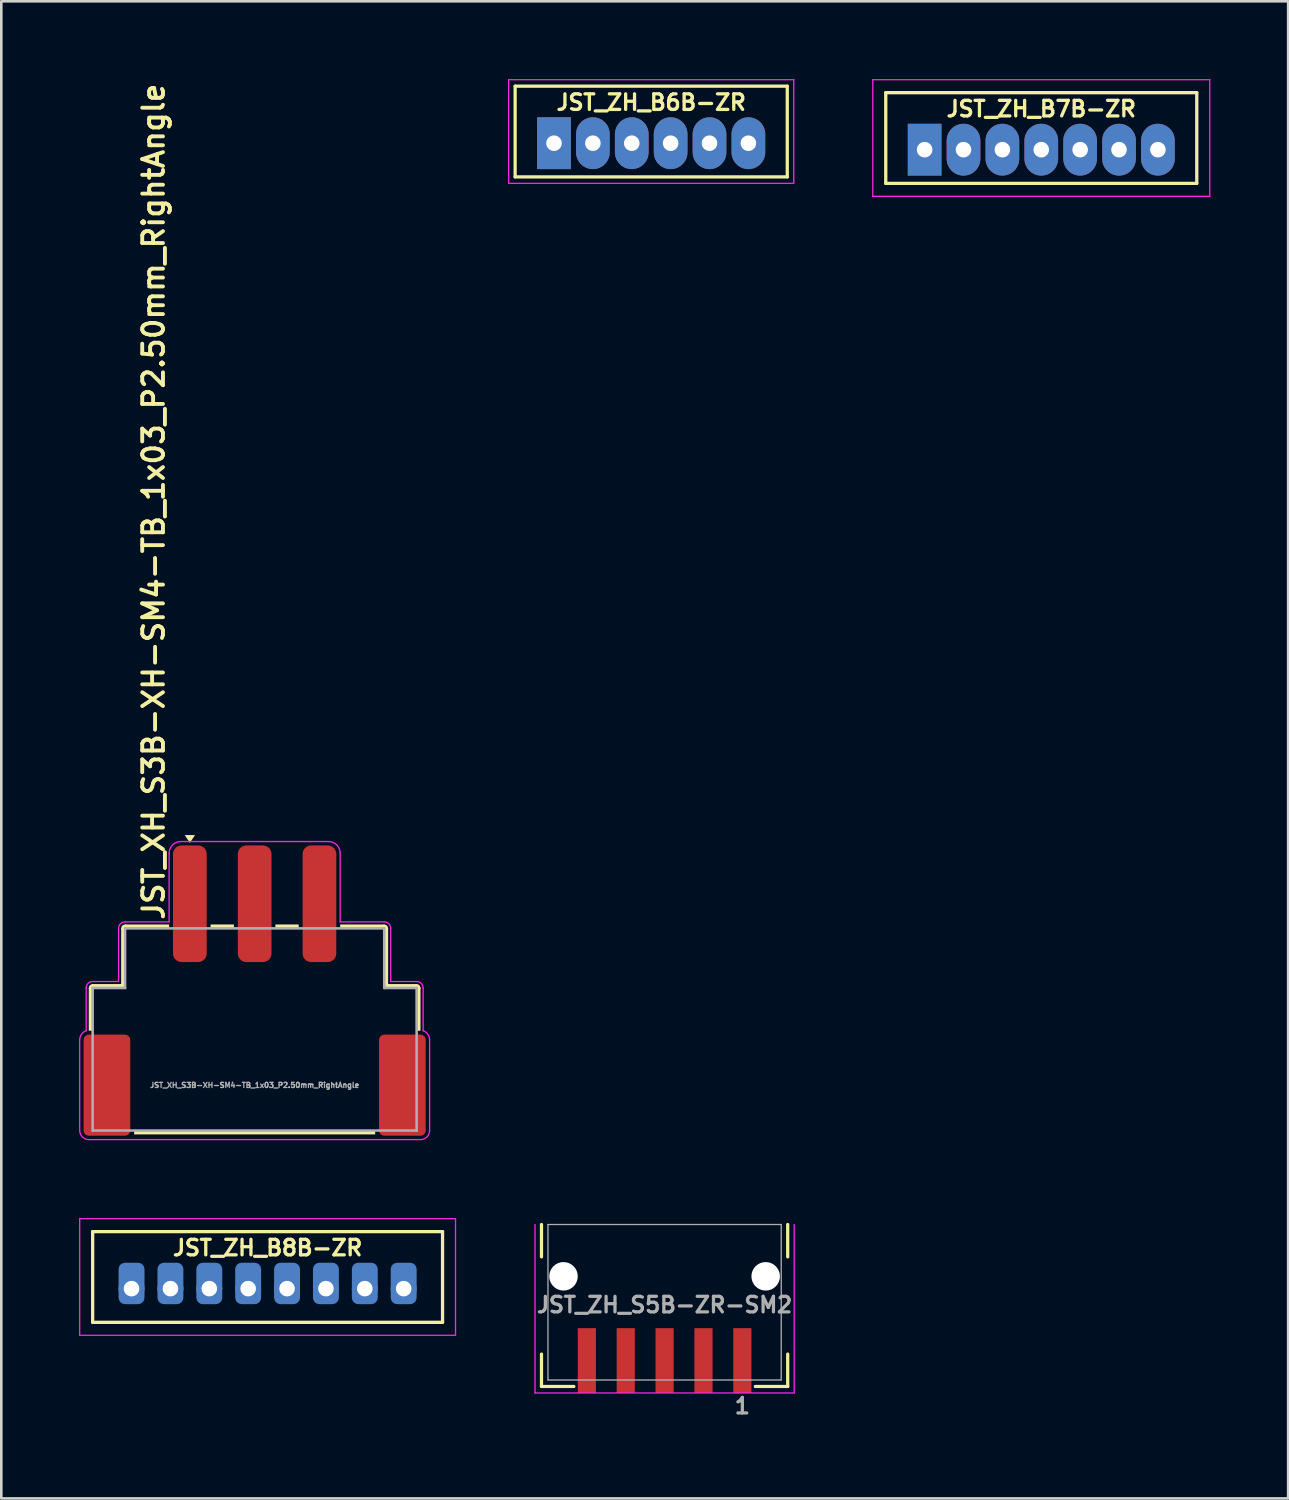
<source format=kicad_pcb>
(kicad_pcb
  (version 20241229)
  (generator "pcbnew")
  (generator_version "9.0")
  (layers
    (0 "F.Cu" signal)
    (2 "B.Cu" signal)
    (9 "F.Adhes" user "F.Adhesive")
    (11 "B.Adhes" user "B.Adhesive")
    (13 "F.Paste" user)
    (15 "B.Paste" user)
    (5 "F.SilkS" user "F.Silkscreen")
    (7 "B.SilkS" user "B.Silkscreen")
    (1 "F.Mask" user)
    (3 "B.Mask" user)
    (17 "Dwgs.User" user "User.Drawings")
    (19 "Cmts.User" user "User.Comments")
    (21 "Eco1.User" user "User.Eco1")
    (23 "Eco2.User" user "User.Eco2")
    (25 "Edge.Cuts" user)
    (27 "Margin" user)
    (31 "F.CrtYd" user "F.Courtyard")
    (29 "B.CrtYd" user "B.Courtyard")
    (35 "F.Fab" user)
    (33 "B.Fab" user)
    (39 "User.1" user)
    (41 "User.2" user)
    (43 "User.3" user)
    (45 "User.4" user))
  (footprint "JST_XH_S3B-XH-SM4-TB_1x03_P2.50mm_RightAngle"
    (layer "F.Cu")
    (at 6.775 40.569)
    (property "Reference" "JST_XH_S3B-XH-SM4-TB_1x03_P2.50mm_RightAngle" (at -3.9 -8.05 90) (layer "F.SilkS") (effects (font (size 0.8 0.8) (thickness 0.15)) (justify left)))
    (attr smd)
    (fp_arc (start -6.325 -5.5) (mid -6.303033 -5.553033) (end -6.25 -5.575) (stroke (width 0.15) (type solid)) (layer "F.SilkS"))
    (fp_arc (start -5.075 -7.8) (mid -5.053033 -7.853033) (end -5 -7.875) (stroke (width 0.15) (type solid)) (layer "F.SilkS"))
    (fp_arc (start -5.075 -5.65) (mid -5.096967 -5.596967) (end -5.15 -5.575) (stroke (width 0.15) (type solid)) (layer "F.SilkS"))
    (fp_arc (start 5 -7.875) (mid 5.053033 -7.853033) (end 5.075 -7.8) (stroke (width 0.15) (type solid)) (layer "F.SilkS"))
    (fp_arc (start 5.15 -5.575) (mid 5.096967 -5.596967) (end 5.075 -5.65) (stroke (width 0.15) (type solid)) (layer "F.SilkS"))
    (fp_arc (start 6.25 -5.575) (mid 6.303033 -5.553033) (end 6.325 -5.5) (stroke (width 0.15) (type solid)) (layer "F.SilkS"))
    (fp_poly (pts (xy -2.5 -11.1) (xy -2.7 -11.4) (xy -2.3 -11.4)) (stroke (width 0) (type solid)) (fill yes) (layer "F.SilkS"))
    (fp_poly (pts (xy -0.8 -7.8) (xy -1.7 -7.8) (xy -1.7 -7.95) (xy -0.8 -7.95)) (stroke (width 0) (type solid)) (fill yes) (layer "F.SilkS"))
    (fp_poly (pts (xy 1.7 -7.8) (xy 0.8 -7.8) (xy 0.8 -7.95) (xy 1.7 -7.95)) (stroke (width 0) (type solid)) (fill yes) (layer "F.SilkS"))
    (fp_poly (pts (xy 4.65 0.15) (xy -4.65 0.15) (xy -4.65 0) (xy 4.65 0)) (stroke (width 0) (type solid)) (fill yes) (layer "F.SilkS"))
    (fp_poly (pts (xy -5.15 -7.8) (xy -5.15 -5.65) (xy -6.25 -5.65) (xy -6.4 -5.5) (xy -6.4 -3.85) (xy -6.25 -3.85) (xy -6.25 -5.5) (xy -5.15 -5.5) (xy -5 -5.65) (xy -5 -7.8) (xy -3.3 -7.8) (xy -3.3 -7.95) (xy -5 -7.95)) (stroke (width 0) (type solid)) (fill yes) (layer "F.SilkS"))
    (fp_poly (pts (xy 5.15 -7.8) (xy 5.15 -5.65) (xy 6.25 -5.65) (xy 6.4 -5.5) (xy 6.4 -3.85) (xy 6.25 -3.85) (xy 6.25 -5.5) (xy 5.15 -5.5) (xy 5 -5.65) (xy 5 -7.8) (xy 3.3 -7.8) (xy 3.3 -7.95) (xy 5 -7.95)) (stroke (width 0) (type solid)) (fill yes) (layer "F.SilkS"))
    (fp_line (start -6.75 0) (end -6.75 -3.5) (stroke (width 0.05) (type solid)) (layer "F.CrtYd"))
    (fp_line (start -6.5 -5.5) (end -6.5 -3.85) (stroke (width 0.05) (type solid)) (layer "F.CrtYd"))
    (fp_line (start -6.4 0.35) (end 6.4 0.35) (stroke (width 0.05) (type solid)) (layer "F.CrtYd"))
    (fp_line (start -6.25 -5.75) (end -5.25 -5.75) (stroke (width 0.05) (type solid)) (layer "F.CrtYd"))
    (fp_line (start -5.25 -5.75) (end -5.25 -7.8) (stroke (width 0.05) (type solid)) (layer "F.CrtYd"))
    (fp_line (start -5 -8.05) (end -3.3 -8.05) (stroke (width 0.05) (type solid)) (layer "F.CrtYd"))
    (fp_line (start -3.3 -8.05) (end -3.3 -10.7) (stroke (width 0.05) (type solid)) (layer "F.CrtYd"))
    (fp_line (start -2.85 -11.15) (end 2.85 -11.15) (stroke (width 0.05) (type solid)) (layer "F.CrtYd"))
    (fp_line (start 3.3 -8.05) (end 3.3 -10.7) (stroke (width 0.05) (type solid)) (layer "F.CrtYd"))
    (fp_line (start 5 -8.05) (end 3.3 -8.05) (stroke (width 0.05) (type solid)) (layer "F.CrtYd"))
    (fp_line (start 5.25 -5.75) (end 5.25 -7.8) (stroke (width 0.05) (type solid)) (layer "F.CrtYd"))
    (fp_line (start 6.25 -5.75) (end 5.25 -5.75) (stroke (width 0.05) (type solid)) (layer "F.CrtYd"))
    (fp_line (start 6.5 -5.5) (end 6.5 -3.85) (stroke (width 0.05) (type solid)) (layer "F.CrtYd"))
    (fp_line (start 6.75 0) (end 6.75 -3.5) (stroke (width 0.05) (type solid)) (layer "F.CrtYd"))
    (fp_arc (start -6.75 -3.5) (mid -6.681081 -3.715058) (end -6.5 -3.85) (stroke (width 0.05) (type solid)) (layer "F.CrtYd"))
    (fp_arc (start -6.5 -5.5) (mid -6.426777 -5.676777) (end -6.25 -5.75) (stroke (width 0.05) (type solid)) (layer "F.CrtYd"))
    (fp_arc (start -6.4 0.35) (mid -6.647487 0.247487) (end -6.75 0) (stroke (width 0.05) (type solid)) (layer "F.CrtYd"))
    (fp_arc (start -5.25 -7.8) (mid -5.176777 -7.976777) (end -5 -8.05) (stroke (width 0.05) (type solid)) (layer "F.CrtYd"))
    (fp_arc (start -3.3 -10.7) (mid -3.168198 -11.018198) (end -2.85 -11.15) (stroke (width 0.05) (type solid)) (layer "F.CrtYd"))
    (fp_arc (start 2.85 -11.15) (mid 3.168198 -11.018198) (end 3.3 -10.7) (stroke (width 0.05) (type solid)) (layer "F.CrtYd"))
    (fp_arc (start 5 -8.05) (mid 5.176777 -7.976777) (end 5.25 -7.8) (stroke (width 0.05) (type solid)) (layer "F.CrtYd"))
    (fp_arc (start 6.25 -5.75) (mid 6.426777 -5.676777) (end 6.5 -5.5) (stroke (width 0.05) (type solid)) (layer "F.CrtYd"))
    (fp_arc (start 6.5 -3.85) (mid 6.681081 -3.715058) (end 6.75 -3.5) (stroke (width 0.05) (type solid)) (layer "F.CrtYd"))
    (fp_arc (start 6.75 0) (mid 6.647487 0.247487) (end 6.4 0.35) (stroke (width 0.05) (type solid)) (layer "F.CrtYd"))
    (fp_line (start -6.25 -5.5) (end -6.25 0) (stroke (width 0.1) (type solid)) (layer "F.Fab"))
    (fp_line (start -6.25 0) (end 6.25 0) (stroke (width 0.1) (type solid)) (layer "F.Fab"))
    (fp_line (start -5 -7.8) (end -5 -5.5) (stroke (width 0.1) (type solid)) (layer "F.Fab"))
    (fp_line (start -5 -5.5) (end -6.25 -5.5) (stroke (width 0.1) (type solid)) (layer "F.Fab"))
    (fp_line (start 5 -7.8) (end -5 -7.8) (stroke (width 0.1) (type solid)) (layer "F.Fab"))
    (fp_line (start 5 -5.5) (end 5 -7.8) (stroke (width 0.1) (type solid)) (layer "F.Fab"))
    (fp_line (start 6.25 -5.5) (end 5 -5.5) (stroke (width 0.1) (type solid)) (layer "F.Fab"))
    (fp_line (start 6.25 0) (end 6.25 -5.5) (stroke (width 0.1) (type solid)) (layer "F.Fab"))
    (fp_text user "${REFERENCE}" (at 0 -1.75 0) (layer "F.Fab") (effects (font (size 0.2 0.2) (thickness 0.05))))
    (pad "1" smd roundrect (at -2.5 -8.75) (size 1.3 4.5) (layers "F.Cu" "F.Mask" "F.Paste") (roundrect_rratio 0.25))
    (pad "2" smd roundrect (at 0 -8.75) (size 1.3 4.5) (layers "F.Cu" "F.Mask" "F.Paste") (roundrect_rratio 0.25))
    (pad "3" smd roundrect (at 2.5 -8.75) (size 1.3 4.5) (layers "F.Cu" "F.Mask" "F.Paste") (roundrect_rratio 0.25))
    (pad "MP" smd roundrect (at -5.7 -1.75) (size 1.8 3.9) (layers "F.Cu" "F.Mask" "F.Paste") (roundrect_rratio 0.111))
    (pad "MP" smd roundrect (at 5.7 -1.75) (size 1.8 3.9) (layers "F.Cu" "F.Mask" "F.Paste") (roundrect_rratio 0.111)))
  (footprint "JST_ZH_B7B-ZR"
    (layer "F.Cu")
    (at 37.125 2.275)
    (property "Reference" "JST_ZH_B7B-ZR" (at 0 -1.125 0) (layer "F.SilkS") (effects (font (size 0.6 0.6) (thickness 0.127))))
    (attr through_hole)
    (fp_line (start -6 -1.75) (end -6 1.75) (stroke (width 0.127) (type solid)) (layer "F.SilkS"))
    (fp_line (start -6 -1.75) (end 6 -1.75) (stroke (width 0.127) (type solid)) (layer "F.SilkS"))
    (fp_line (start -6 1.75) (end 6 1.75) (stroke (width 0.127) (type solid)) (layer "F.SilkS"))
    (fp_line (start 6 1.75) (end 6 -1.75) (stroke (width 0.127) (type solid)) (layer "F.SilkS"))
    (fp_line (start -6.5 -2.25) (end 6.5 -2.25) (stroke (width 0.05) (type solid)) (layer "F.CrtYd"))
    (fp_line (start -6.5 2.25) (end -6.5 -2.25) (stroke (width 0.05) (type solid)) (layer "F.CrtYd"))
    (fp_line (start 6.5 -2.25) (end 6.5 2.25) (stroke (width 0.05) (type solid)) (layer "F.CrtYd"))
    (fp_line (start 6.5 2.25) (end -6.5 2.25) (stroke (width 0.05) (type solid)) (layer "F.CrtYd"))
    (pad "1" thru_hole rect (at -4.5 0.45) (size 1.3 2) (drill 0.6) (layers "*.Cu" "*.Mask"))
    (pad "2" thru_hole oval (at -3 0.45) (size 1.3 2) (drill 0.6) (layers "*.Cu" "*.Mask"))
    (pad "3" thru_hole oval (at -1.5 0.45) (size 1.3 2) (drill 0.6) (layers "*.Cu" "*.Mask"))
    (pad "4" thru_hole oval (at 0 0.45) (size 1.3 2) (drill 0.6) (layers "*.Cu" "*.Mask"))
    (pad "5" thru_hole oval (at 1.5 0.45) (size 1.3 2) (drill 0.6) (layers "*.Cu" "*.Mask"))
    (pad "6" thru_hole oval (at 3 0.45) (size 1.3 2) (drill 0.6) (layers "*.Cu" "*.Mask"))
    (pad "7" thru_hole oval (at 4.5 0.45) (size 1.3 2) (drill 0.6) (layers "*.Cu" "*.Mask")))
  (footprint "JST_ZH_B6B-ZR"
    (layer "F.Cu")
    (at 22.075 2.025)
    (property "Reference" "JST_ZH_B6B-ZR" (at 0 -1.125 0) (layer "F.SilkS") (effects (font (size 0.6 0.6) (thickness 0.127))))
    (attr through_hole)
    (fp_line (start -5.25 -1.75) (end -5.25 1.75) (stroke (width 0.125) (type solid)) (layer "F.SilkS"))
    (fp_line (start -5.25 -1.75) (end 5.25 -1.75) (stroke (width 0.125) (type solid)) (layer "F.SilkS"))
    (fp_line (start -5.25 1.75) (end 5.25 1.75) (stroke (width 0.125) (type solid)) (layer "F.SilkS"))
    (fp_line (start 5.25 1.75) (end 5.25 -1.75) (stroke (width 0.125) (type solid)) (layer "F.SilkS"))
    (fp_line (start -5.5 -2) (end 5.5 -2) (stroke (width 0.05) (type solid)) (layer "F.CrtYd"))
    (fp_line (start -5.5 2) (end -5.5 -2) (stroke (width 0.05) (type solid)) (layer "F.CrtYd"))
    (fp_line (start 5.5 -2) (end 5.5 2) (stroke (width 0.05) (type solid)) (layer "F.CrtYd"))
    (fp_line (start 5.5 2) (end -5.5 2) (stroke (width 0.05) (type solid)) (layer "F.CrtYd"))
    (pad "1" thru_hole rect (at -3.75 0.45) (size 1.3 2) (drill 0.6) (layers "*.Cu" "*.Mask"))
    (pad "2" thru_hole oval (at -2.25 0.45) (size 1.3 2) (drill 0.6) (layers "*.Cu" "*.Mask"))
    (pad "3" thru_hole oval (at -0.75 0.45) (size 1.3 2) (drill 0.6) (layers "*.Cu" "*.Mask"))
    (pad "4" thru_hole oval (at 0.75 0.45) (size 1.3 2) (drill 0.6) (layers "*.Cu" "*.Mask"))
    (pad "5" thru_hole oval (at 2.25 0.45) (size 1.3 2) (drill 0.6) (layers "*.Cu" "*.Mask"))
    (pad "6" thru_hole oval (at 3.75 0.45) (size 1.3 2) (drill 0.6) (layers "*.Cu" "*.Mask")))
  (footprint "JST_ZH_S5B-ZR-SM2"
    (layer "F.Cu")
    (at 22.592 44.194)
    (property "Reference" "JST_ZH_S5B-ZR-SM2" (at 0 3.1 0) (layer "F.Fab") (effects (font (size 0.6 0.6) (thickness 0.125))))
    (attr smd)
    (fp_line (start -4.75 0) (end -4.75 1.25) (stroke (width 0.125) (type solid)) (layer "F.SilkS"))
    (fp_line (start -4.75 6.25) (end -4.75 5) (stroke (width 0.125) (type solid)) (layer "F.SilkS"))
    (fp_line (start -3.5 6.25) (end -4.75 6.25) (stroke (width 0.125) (type solid)) (layer "F.SilkS"))
    (fp_line (start 3.5 6.25) (end 4.75 6.25) (stroke (width 0.125) (type solid)) (layer "F.SilkS"))
    (fp_line (start 4.75 0) (end 4.75 1.25) (stroke (width 0.125) (type solid)) (layer "F.SilkS"))
    (fp_line (start 4.75 6.25) (end 4.75 5) (stroke (width 0.125) (type solid)) (layer "F.SilkS"))
    (fp_line (start -5 0) (end -5 6.5) (stroke (width 0.05) (type solid)) (layer "F.CrtYd"))
    (fp_line (start -5 6.5) (end 5 6.5) (stroke (width 0.05) (type solid)) (layer "F.CrtYd"))
    (fp_line (start 5 6.5) (end 5 0) (stroke (width 0.05) (type solid)) (layer "F.CrtYd"))
    (fp_line (start -4.5 0) (end -4.5 6) (stroke (width 0.05) (type solid)) (layer "F.Fab"))
    (fp_line (start -4.5 6) (end 4.5 6) (stroke (width 0.05) (type solid)) (layer "F.Fab"))
    (fp_line (start 4.5 0) (end -4.5 0) (stroke (width 0.05) (type solid)) (layer "F.Fab"))
    (fp_line (start 4.5 6) (end 4.5 0) (stroke (width 0.05) (type solid)) (layer "F.Fab"))
    (fp_text user "1" (at 3 7 0) (layer "F.Fab") (effects (font (size 0.6 0.6) (thickness 0.125))))
    (pad "" np_thru_hole circle (at -3.9 2) (size 1.1 1.1) (drill 1.1) (layers "*.Cu" "*.Mask"))
    (pad "" np_thru_hole circle (at 3.9 2) (size 1.1 1.1) (drill 1.1) (layers "*.Cu" "*.Mask"))
    (pad "1" smd rect (at 3 5.25) (size 0.7 2.5) (layers "F.Cu" "F.Mask" "F.Paste"))
    (pad "2" smd rect (at 1.5 5.25) (size 0.7 2.5) (layers "F.Cu" "F.Mask" "F.Paste"))
    (pad "3" smd rect (at 0 5.25) (size 0.7 2.5) (layers "F.Cu" "F.Mask" "F.Paste"))
    (pad "4" smd rect (at -1.5 5.25) (size 0.7 2.5) (layers "F.Cu" "F.Mask" "F.Paste"))
    (pad "5" smd rect (at -3 5.25) (size 0.7 2.5) (layers "F.Cu" "F.Mask" "F.Paste")))
  (footprint "JST_ZH_B8B-ZR"
    (layer "F.Cu")
    (at 7.275 46.219)
    (property "Reference" "JST_ZH_B8B-ZR" (at 0 -1.125 0) (layer "F.SilkS") (effects (font (size 0.6 0.6) (thickness 0.127))))
    (attr through_hole)
    (fp_line (start -6.75 -1.75) (end -6.75 1.75) (stroke (width 0.127) (type solid)) (layer "F.SilkS"))
    (fp_line (start -6.75 -1.75) (end 6.75 -1.75) (stroke (width 0.127) (type solid)) (layer "F.SilkS"))
    (fp_line (start -6.75 1.75) (end 6.75 1.75) (stroke (width 0.127) (type solid)) (layer "F.SilkS"))
    (fp_line (start 6.75 1.75) (end 6.75 -1.75) (stroke (width 0.127) (type solid)) (layer "F.SilkS"))
    (fp_line (start -7.25 -2.25) (end 7.25 -2.25) (stroke (width 0.05) (type solid)) (layer "F.CrtYd"))
    (fp_line (start -7.25 2.25) (end -7.25 -2.25) (stroke (width 0.05) (type solid)) (layer "F.CrtYd"))
    (fp_line (start 7.25 -2.25) (end 7.25 2.25) (stroke (width 0.05) (type solid)) (layer "F.CrtYd"))
    (fp_line (start 7.25 2.25) (end -7.25 2.25) (stroke (width 0.05) (type solid)) (layer "F.CrtYd"))
    (pad "1" connect roundrect (at -5.25 0.25) (size 1 1.6) (layers "B.Cu" "B.Mask") (roundrect_rratio 0.25))
    (pad "1" thru_hole circle (at -5.25 0.45) (size 1 1) (drill 0.6) (layers "*.Cu" "*.Mask"))
    (pad "2" connect roundrect (at -3.75 0.25) (size 1 1.6) (layers "B.Cu" "B.Mask") (roundrect_rratio 0.25))
    (pad "2" thru_hole circle (at -3.75 0.45) (size 1 1) (drill 0.6) (layers "*.Cu" "*.Mask"))
    (pad "3" connect roundrect (at -2.25 0.25) (size 1 1.6) (layers "B.Cu" "B.Mask") (roundrect_rratio 0.25))
    (pad "3" thru_hole circle (at -2.25 0.45) (size 1 1) (drill 0.6) (layers "*.Cu" "*.Mask"))
    (pad "4" connect roundrect (at -0.75 0.25) (size 1 1.6) (layers "B.Cu" "B.Mask") (roundrect_rratio 0.25))
    (pad "4" thru_hole circle (at -0.75 0.45) (size 1 1) (drill 0.6) (layers "*.Cu" "*.Mask"))
    (pad "5" connect roundrect (at 0.75 0.25) (size 1 1.6) (layers "B.Cu" "B.Mask") (roundrect_rratio 0.25))
    (pad "5" thru_hole circle (at 0.75 0.45) (size 1 1) (drill 0.6) (layers "*.Cu" "*.Mask"))
    (pad "6" connect roundrect (at 2.25 0.25) (size 1 1.6) (layers "B.Cu" "B.Mask") (roundrect_rratio 0.25))
    (pad "6" thru_hole circle (at 2.25 0.45) (size 1 1) (drill 0.6) (layers "*.Cu" "*.Mask"))
    (pad "7" connect roundrect (at 3.75 0.25) (size 1 1.6) (layers "B.Cu" "B.Mask") (roundrect_rratio 0.25))
    (pad "7" thru_hole circle (at 3.75 0.45) (size 1 1) (drill 0.6) (layers "*.Cu" "*.Mask"))
    (pad "8" connect roundrect (at 5.25 0.25) (size 1 1.6) (layers "B.Cu" "B.Mask") (roundrect_rratio 0.25))
    (pad "8" thru_hole circle (at 5.25 0.45) (size 1 1) (drill 0.6) (layers "*.Cu" "*.Mask")))
  (gr_rect
    (start -3 -3)
    (end 46.65 54.764)
    (stroke (width 0.1) (type default))
    (fill no)
    (layer "Edge.Cuts")))
</source>
